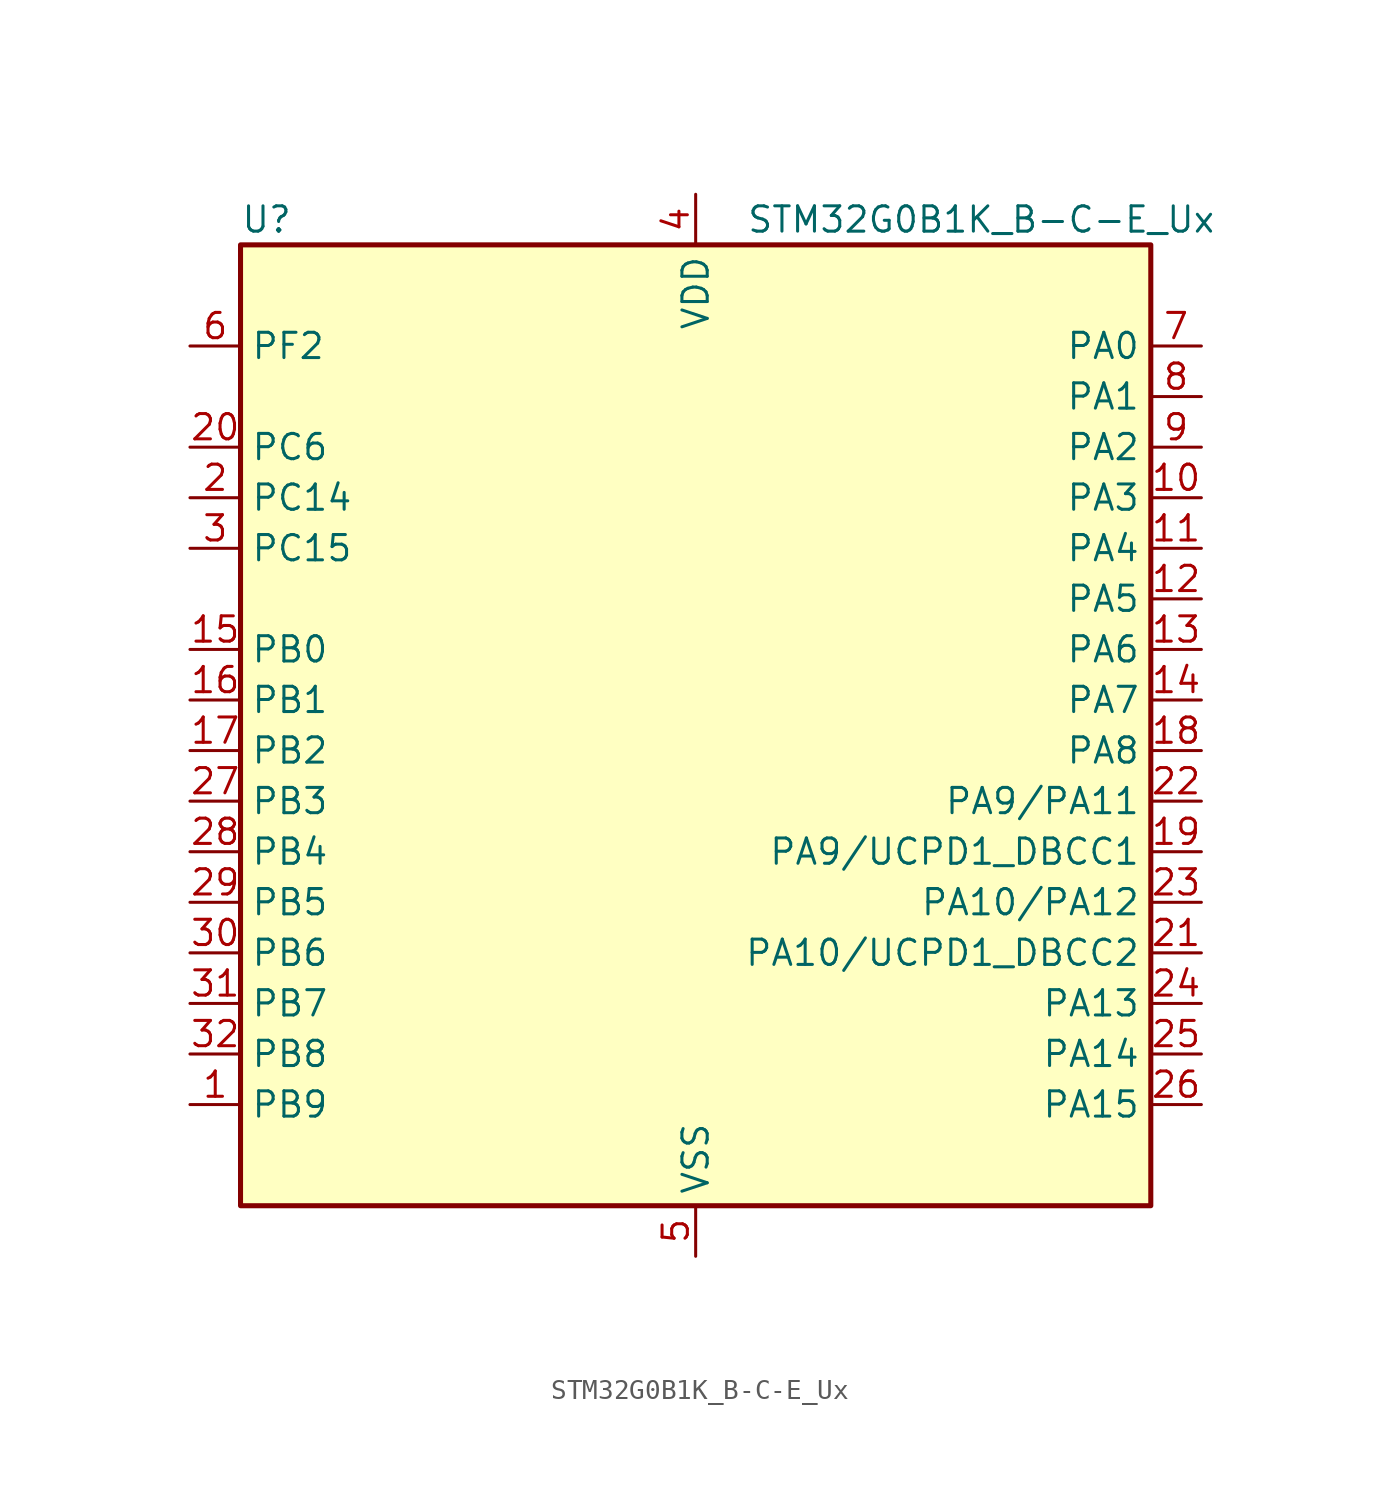
<source format=kicad_sym>
(kicad_symbol_lib
  (version 20241209)
  (generator "kicad_symbol_editor")
  (generator_version "9.0")
  (symbol "STM32G0B1K_B-C-E_Ux"
    (property "Reference" "U"
      (at -22.86 26.67 0)
      (effects (font (size 1.27 1.27)) (justify left)))
    (property "Value" "STM32G0B1K_B-C-E_Ux"
      (at 2.54 26.67 0)
      (effects (font (size 1.27 1.27)) (justify left)))
    (symbol "STM32G0B1K_B-C-E_Ux_0_1"
      (rectangle (start -22.86 -22.86) (end 22.86 25.4) (stroke (width 0.254) (type default)) (fill (type background))))
    (symbol "STM32G0B1K_B-C-E_Ux_1_1"
      (pin bidirectional line (at -25.4 20.32 0) (length 2.54) (name "PF2" (effects (font (size 1.27 1.27)))) (number "6" (effects (font (size 1.27 1.27)))) (alternate "LPUART2_DE" bidirectional line) (alternate "LPUART2_RTS" bidirectional line) (alternate "LPUART2_TX" bidirectional line) (alternate "RCC_MCO" bidirectional line))
      (pin bidirectional line (at -25.4 15.24 0) (length 2.54) (name "PC6" (effects (font (size 1.27 1.27)))) (number "20" (effects (font (size 1.27 1.27)))) (alternate "LPUART2_TX" bidirectional line) (alternate "TIM2_CH3" bidirectional line) (alternate "TIM3_CH1" bidirectional line) (alternate "UCPD1_FRSTX1" bidirectional line) (alternate "UCPD1_FRSTX2" bidirectional line))
      (pin bidirectional line (at -25.4 12.7 0) (length 2.54) (name "PC14" (effects (font (size 1.27 1.27)))) (number "2" (effects (font (size 1.27 1.27)))) (alternate "RCC_OSC32_IN" bidirectional line) (alternate "RCC_OSC_IN" bidirectional line) (alternate "TIM1_BK2" bidirectional line))
      (pin bidirectional line (at -25.4 10.16 0) (length 2.54) (name "PC15" (effects (font (size 1.27 1.27)))) (number "3" (effects (font (size 1.27 1.27)))) (alternate "RCC_OSC32_EN" bidirectional line) (alternate "RCC_OSC32_OUT" bidirectional line) (alternate "RCC_OSC_EN" bidirectional line) (alternate "TIM15_BK" bidirectional line))
      (pin bidirectional line (at -25.4 5.08 0) (length 2.54) (name "PB0" (effects (font (size 1.27 1.27)))) (number "15" (effects (font (size 1.27 1.27)))) (alternate "ADC1_IN8" bidirectional line) (alternate "COMP1_OUT" bidirectional line) (alternate "COMP3_INP" bidirectional line) (alternate "FDCAN2_RX" bidirectional line) (alternate "I2S1_WS" bidirectional line) (alternate "LPTIM1_OUT" bidirectional line) (alternate "LPUART2_CTS" bidirectional line) (alternate "SPI1_NSS" bidirectional line) (alternate "TIM1_CH2N" bidirectional line) (alternate "TIM3_CH3" bidirectional line) (alternate "UCPD1_FRSTX1" bidirectional line) (alternate "UCPD1_FRSTX2" bidirectional line) (alternate "USART3_RX" bidirectional line) (alternate "USART5_TX" bidirectional line))
      (pin bidirectional line (at -25.4 2.54 0) (length 2.54) (name "PB1" (effects (font (size 1.27 1.27)))) (number "16" (effects (font (size 1.27 1.27)))) (alternate "ADC1_IN9" bidirectional line) (alternate "COMP1_INM" bidirectional line) (alternate "COMP3_OUT" bidirectional line) (alternate "FDCAN2_TX" bidirectional line) (alternate "LPTIM2_IN1" bidirectional line) (alternate "LPUART1_DE" bidirectional line) (alternate "LPUART1_RTS" bidirectional line) (alternate "LPUART2_DE" bidirectional line) (alternate "LPUART2_RTS" bidirectional line) (alternate "TIM14_CH1" bidirectional line) (alternate "TIM1_CH3N" bidirectional line) (alternate "TIM3_CH4" bidirectional line) (alternate "USART3_CK" bidirectional line) (alternate "USART3_DE" bidirectional line) (alternate "USART3_RTS" bidirectional line) (alternate "USART5_RX" bidirectional line))
      (pin bidirectional line (at -25.4 0 0) (length 2.54) (name "PB2" (effects (font (size 1.27 1.27)))) (number "17" (effects (font (size 1.27 1.27)))) (alternate "ADC1_IN10" bidirectional line) (alternate "COMP1_INP" bidirectional line) (alternate "COMP3_INM" bidirectional line) (alternate "I2S2_MCK" bidirectional line) (alternate "LPTIM1_OUT" bidirectional line) (alternate "RCC_MCO_2" bidirectional line) (alternate "SPI2_MISO" bidirectional line) (alternate "USART3_TX" bidirectional line))
      (pin bidirectional line (at -25.4 -2.54 0) (length 2.54) (name "PB3" (effects (font (size 1.27 1.27)))) (number "27" (effects (font (size 1.27 1.27)))) (alternate "COMP2_INM" bidirectional line) (alternate "I2C2_SCL" bidirectional line) (alternate "I2C3_SCL" bidirectional line) (alternate "I2S1_CK" bidirectional line) (alternate "SPI1_SCK" bidirectional line) (alternate "SPI3_SCK" bidirectional line) (alternate "TIM1_CH2" bidirectional line) (alternate "TIM2_CH2" bidirectional line) (alternate "USART1_CK" bidirectional line) (alternate "USART1_DE" bidirectional line) (alternate "USART1_RTS" bidirectional line) (alternate "USART5_TX" bidirectional line))
      (pin bidirectional line (at -25.4 -5.08 0) (length 2.54) (name "PB4" (effects (font (size 1.27 1.27)))) (number "28" (effects (font (size 1.27 1.27)))) (alternate "COMP2_INP" bidirectional line) (alternate "I2C2_SDA" bidirectional line) (alternate "I2C3_SDA" bidirectional line) (alternate "I2S1_MCK" bidirectional line) (alternate "SPI1_MISO" bidirectional line) (alternate "SPI3_MISO" bidirectional line) (alternate "TIM17_BK" bidirectional line) (alternate "TIM3_CH1" bidirectional line) (alternate "USART1_CTS" bidirectional line) (alternate "USART1_NSS" bidirectional line) (alternate "USART5_RX" bidirectional line))
      (pin bidirectional line (at -25.4 -7.62 0) (length 2.54) (name "PB5" (effects (font (size 1.27 1.27)))) (number "29" (effects (font (size 1.27 1.27)))) (alternate "COMP2_OUT" bidirectional line) (alternate "FDCAN2_RX" bidirectional line) (alternate "I2C1_SMBA" bidirectional line) (alternate "I2S1_SD" bidirectional line) (alternate "LPTIM1_IN1" bidirectional line) (alternate "SPI1_MOSI" bidirectional line) (alternate "SPI3_MOSI" bidirectional line) (alternate "SYS_WKUP6" bidirectional line) (alternate "TIM16_BK" bidirectional line) (alternate "TIM3_CH2" bidirectional line) (alternate "USART5_CK" bidirectional line) (alternate "USART5_DE" bidirectional line) (alternate "USART5_RTS" bidirectional line))
      (pin bidirectional line (at -25.4 -10.16 0) (length 2.54) (name "PB6" (effects (font (size 1.27 1.27)))) (number "30" (effects (font (size 1.27 1.27)))) (alternate "COMP2_INP" bidirectional line) (alternate "FDCAN2_TX" bidirectional line) (alternate "I2C1_SCL" bidirectional line) (alternate "I2S2_MCK" bidirectional line) (alternate "LPTIM1_ETR" bidirectional line) (alternate "LPUART2_TX" bidirectional line) (alternate "SPI2_MISO" bidirectional line) (alternate "TIM16_CH1N" bidirectional line) (alternate "TIM1_CH3" bidirectional line) (alternate "TIM4_CH1" bidirectional line) (alternate "USART1_TX" bidirectional line) (alternate "USART5_CTS" bidirectional line) (alternate "USART5_NSS" bidirectional line))
      (pin bidirectional line (at -25.4 -12.7 0) (length 2.54) (name "PB7" (effects (font (size 1.27 1.27)))) (number "31" (effects (font (size 1.27 1.27)))) (alternate "COMP2_INM" bidirectional line) (alternate "I2C1_SDA" bidirectional line) (alternate "I2S2_SD" bidirectional line) (alternate "LPTIM1_IN2" bidirectional line) (alternate "LPUART2_RX" bidirectional line) (alternate "SPI2_MOSI" bidirectional line) (alternate "SYS_PVD_IN" bidirectional line) (alternate "TIM17_CH1N" bidirectional line) (alternate "TIM4_CH2" bidirectional line) (alternate "USART1_RX" bidirectional line) (alternate "USART4_CTS" bidirectional line) (alternate "USART4_NSS" bidirectional line))
      (pin bidirectional line (at -25.4 -15.24 0) (length 2.54) (name "PB8" (effects (font (size 1.27 1.27)))) (number "32" (effects (font (size 1.27 1.27)))) (alternate "CEC" bidirectional line) (alternate "FDCAN1_RX" bidirectional line) (alternate "I2C1_SCL" bidirectional line) (alternate "I2S2_CK" bidirectional line) (alternate "SPI2_SCK" bidirectional line) (alternate "TIM15_BK" bidirectional line) (alternate "TIM16_CH1" bidirectional line) (alternate "TIM4_CH3" bidirectional line) (alternate "USART3_TX" bidirectional line) (alternate "USART6_TX" bidirectional line))
      (pin bidirectional line (at -25.4 -17.78 0) (length 2.54) (name "PB9" (effects (font (size 1.27 1.27)))) (number "1" (effects (font (size 1.27 1.27)))) (alternate "DAC1_EXTI9" bidirectional line) (alternate "FDCAN1_TX" bidirectional line) (alternate "I2C1_SDA" bidirectional line) (alternate "I2S2_WS" bidirectional line) (alternate "IR_OUT" bidirectional line) (alternate "SPI2_NSS" bidirectional line) (alternate "TIM17_CH1" bidirectional line) (alternate "TIM4_CH4" bidirectional line) (alternate "USART3_RX" bidirectional line) (alternate "USART6_RX" bidirectional line))
      (pin power_in line (at 0 27.94 270) (length 2.54) (name "VDD" (effects (font (size 1.27 1.27)))) (number "4" (effects (font (size 1.27 1.27)))))
      (pin passive line (at 0 -25.4 90) (length 2.54) (hide yes) (name "VSS" (effects (font (size 1.27 1.27)))) (number "33" (effects (font (size 1.27 1.27)))))
      (pin power_in line (at 0 -25.4 90) (length 2.54) (name "VSS" (effects (font (size 1.27 1.27)))) (number "5" (effects (font (size 1.27 1.27)))))
      (pin bidirectional line (at 25.4 20.32 180) (length 2.54) (name "PA0" (effects (font (size 1.27 1.27)))) (number "7" (effects (font (size 1.27 1.27)))) (alternate "ADC1_IN0" bidirectional line) (alternate "COMP1_INM" bidirectional line) (alternate "COMP1_OUT" bidirectional line) (alternate "I2S2_CK" bidirectional line) (alternate "LPTIM1_OUT" bidirectional line) (alternate "RTC_TAMP_IN2" bidirectional line) (alternate "SPI2_SCK" bidirectional line) (alternate "SYS_WKUP1" bidirectional line) (alternate "TIM2_CH1" bidirectional line) (alternate "TIM2_ETR" bidirectional line) (alternate "USART2_CTS" bidirectional line) (alternate "USART2_NSS" bidirectional line) (alternate "USART4_TX" bidirectional line))
      (pin bidirectional line (at 25.4 17.78 180) (length 2.54) (name "PA1" (effects (font (size 1.27 1.27)))) (number "8" (effects (font (size 1.27 1.27)))) (alternate "ADC1_IN1" bidirectional line) (alternate "COMP1_INP" bidirectional line) (alternate "I2C1_SMBA" bidirectional line) (alternate "I2S1_CK" bidirectional line) (alternate "SPI1_SCK" bidirectional line) (alternate "TIM15_CH1N" bidirectional line) (alternate "TIM2_CH2" bidirectional line) (alternate "USART2_CK" bidirectional line) (alternate "USART2_DE" bidirectional line) (alternate "USART2_RTS" bidirectional line) (alternate "USART4_RX" bidirectional line))
      (pin bidirectional line (at 25.4 15.24 180) (length 2.54) (name "PA2" (effects (font (size 1.27 1.27)))) (number "9" (effects (font (size 1.27 1.27)))) (alternate "ADC1_IN2" bidirectional line) (alternate "COMP2_INM" bidirectional line) (alternate "COMP2_OUT" bidirectional line) (alternate "I2S1_SD" bidirectional line) (alternate "LPUART1_TX" bidirectional line) (alternate "RCC_LSCO" bidirectional line) (alternate "SPI1_MOSI" bidirectional line) (alternate "SYS_WKUP4" bidirectional line) (alternate "TIM15_CH1" bidirectional line) (alternate "TIM2_CH3" bidirectional line) (alternate "UCPD1_FRSTX1" bidirectional line) (alternate "UCPD1_FRSTX2" bidirectional line) (alternate "USART2_TX" bidirectional line))
      (pin bidirectional line (at 25.4 12.7 180) (length 2.54) (name "PA3" (effects (font (size 1.27 1.27)))) (number "10" (effects (font (size 1.27 1.27)))) (alternate "ADC1_IN3" bidirectional line) (alternate "COMP2_INP" bidirectional line) (alternate "I2S2_MCK" bidirectional line) (alternate "LPUART1_RX" bidirectional line) (alternate "SPI2_MISO" bidirectional line) (alternate "TIM15_CH2" bidirectional line) (alternate "TIM2_CH4" bidirectional line) (alternate "USART2_RX" bidirectional line))
      (pin bidirectional line (at 25.4 10.16 180) (length 2.54) (name "PA4" (effects (font (size 1.27 1.27)))) (number "11" (effects (font (size 1.27 1.27)))) (alternate "ADC1_IN4" bidirectional line) (alternate "DAC1_OUT1" bidirectional line) (alternate "I2S1_WS" bidirectional line) (alternate "I2S2_SD" bidirectional line) (alternate "LPTIM2_OUT" bidirectional line) (alternate "RTC_OUT1" bidirectional line) (alternate "RTC_TAMP_IN1" bidirectional line) (alternate "RTC_TS" bidirectional line) (alternate "SPI1_NSS" bidirectional line) (alternate "SPI2_MOSI" bidirectional line) (alternate "SPI3_NSS" bidirectional line) (alternate "SYS_WKUP2" bidirectional line) (alternate "TIM14_CH1" bidirectional line) (alternate "USART6_TX" bidirectional line) (alternate "USB_NOE" bidirectional line))
      (pin bidirectional line (at 25.4 7.62 180) (length 2.54) (name "PA5" (effects (font (size 1.27 1.27)))) (number "12" (effects (font (size 1.27 1.27)))) (alternate "ADC1_IN5" bidirectional line) (alternate "CEC" bidirectional line) (alternate "DAC1_OUT2" bidirectional line) (alternate "I2S1_CK" bidirectional line) (alternate "LPTIM2_ETR" bidirectional line) (alternate "SPI1_SCK" bidirectional line) (alternate "TIM2_CH1" bidirectional line) (alternate "TIM2_ETR" bidirectional line) (alternate "UCPD1_FRSTX1" bidirectional line) (alternate "UCPD1_FRSTX2" bidirectional line) (alternate "USART3_TX" bidirectional line) (alternate "USART6_RX" bidirectional line))
      (pin bidirectional line (at 25.4 5.08 180) (length 2.54) (name "PA6" (effects (font (size 1.27 1.27)))) (number "13" (effects (font (size 1.27 1.27)))) (alternate "ADC1_IN6" bidirectional line) (alternate "COMP1_OUT" bidirectional line) (alternate "I2C2_SDA" bidirectional line) (alternate "I2C3_SDA" bidirectional line) (alternate "I2S1_MCK" bidirectional line) (alternate "LPUART1_CTS" bidirectional line) (alternate "SPI1_MISO" bidirectional line) (alternate "TIM16_CH1" bidirectional line) (alternate "TIM1_BK" bidirectional line) (alternate "TIM3_CH1" bidirectional line) (alternate "USART3_CTS" bidirectional line) (alternate "USART3_NSS" bidirectional line) (alternate "USART6_CTS" bidirectional line) (alternate "USART6_NSS" bidirectional line))
      (pin bidirectional line (at 25.4 2.54 180) (length 2.54) (name "PA7" (effects (font (size 1.27 1.27)))) (number "14" (effects (font (size 1.27 1.27)))) (alternate "ADC1_IN7" bidirectional line) (alternate "COMP2_OUT" bidirectional line) (alternate "I2C2_SCL" bidirectional line) (alternate "I2C3_SCL" bidirectional line) (alternate "I2S1_SD" bidirectional line) (alternate "SPI1_MOSI" bidirectional line) (alternate "TIM14_CH1" bidirectional line) (alternate "TIM17_CH1" bidirectional line) (alternate "TIM1_CH1N" bidirectional line) (alternate "TIM3_CH2" bidirectional line) (alternate "UCPD1_FRSTX1" bidirectional line) (alternate "UCPD1_FRSTX2" bidirectional line) (alternate "USART6_CK" bidirectional line) (alternate "USART6_DE" bidirectional line) (alternate "USART6_RTS" bidirectional line))
      (pin bidirectional line (at 25.4 0 180) (length 2.54) (name "PA8" (effects (font (size 1.27 1.27)))) (number "18" (effects (font (size 1.27 1.27)))) (alternate "CRS1_SYNC" bidirectional line) (alternate "I2C2_SMBA" bidirectional line) (alternate "I2S2_WS" bidirectional line) (alternate "LPTIM2_OUT" bidirectional line) (alternate "RCC_MCO" bidirectional line) (alternate "SPI2_NSS" bidirectional line) (alternate "TIM1_CH1" bidirectional line) (alternate "UCPD1_CC1" bidirectional line))
      (pin bidirectional line (at 25.4 -2.54 180) (length 2.54) (name "PA9/PA11" (effects (font (size 1.27 1.27)))) (number "22" (effects (font (size 1.27 1.27)))) (alternate "ADC1_EXTI11 (PA11)" bidirectional line) (alternate "COMP1_OUT (PA11)" bidirectional line) (alternate "DAC1_EXTI9 (PA9)" bidirectional line) (alternate "FDCAN1_RX (PA11)" bidirectional line) (alternate "I2C1_SCL (PA9)" bidirectional line) (alternate "I2C2_SCL (PA11)" bidirectional line) (alternate "I2C2_SCL (PA9)" bidirectional line) (alternate "I2S1_MCK (PA11)" bidirectional line) (alternate "I2S2_MCK (PA9)" bidirectional line) (alternate "PA11" bidirectional line) (alternate "PA9" bidirectional line) (alternate "RCC_MCO (PA9)" bidirectional line) (alternate "SPI1_MISO (PA11)" bidirectional line) (alternate "SPI2_MISO (PA9)" bidirectional line) (alternate "TIM15_BK (PA9)" bidirectional line) (alternate "TIM1_BK2 (PA11)" bidirectional line) (alternate "TIM1_CH2 (PA9)" bidirectional line) (alternate "TIM1_CH4 (PA11)" bidirectional line) (alternate "UCPD1_DBCC1 (PA9)" bidirectional line) (alternate "USART1_CTS (PA11)" bidirectional line) (alternate "USART1_NSS (PA11)" bidirectional line) (alternate "USART1_TX (PA9)" bidirectional line) (alternate "USB_DM (PA11)" bidirectional line))
      (pin bidirectional line (at 25.4 -5.08 180) (length 2.54) (name "PA9/UCPD1_DBCC1" (effects (font (size 1.27 1.27)))) (number "19" (effects (font (size 1.27 1.27)))) (alternate "DAC1_EXTI9 (PA9)" bidirectional line) (alternate "I2C1_SCL (PA9)" bidirectional line) (alternate "I2C2_SCL (PA9)" bidirectional line) (alternate "I2S2_MCK (PA9)" bidirectional line) (alternate "PA9" bidirectional line) (alternate "RCC_MCO (PA9)" bidirectional line) (alternate "SPI2_MISO (PA9)" bidirectional line) (alternate "TIM15_BK (PA9)" bidirectional line) (alternate "TIM1_CH2 (PA9)" bidirectional line) (alternate "UCPD1_DBCC1" bidirectional line) (alternate "UCPD1_DBCC1 (PA9)" bidirectional line) (alternate "UCPD1_DBCC1 (UCPD1_DBCC1)" bidirectional line) (alternate "USART1_TX (PA9)" bidirectional line))
      (pin bidirectional line (at 25.4 -7.62 180) (length 2.54) (name "PA10/PA12" (effects (font (size 1.27 1.27)))) (number "23" (effects (font (size 1.27 1.27)))) (alternate "COMP2_OUT (PA12)" bidirectional line) (alternate "FDCAN1_TX (PA12)" bidirectional line) (alternate "I2C1_SDA (PA10)" bidirectional line) (alternate "I2C2_SDA (PA10)" bidirectional line) (alternate "I2C2_SDA (PA12)" bidirectional line) (alternate "I2S1_SD (PA12)" bidirectional line) (alternate "I2S2_SD (PA10)" bidirectional line) (alternate "I2S_CKIN (PA12)" bidirectional line) (alternate "PA10" bidirectional line) (alternate "PA12" bidirectional line) (alternate "RCC_MCO_2 (PA10)" bidirectional line) (alternate "SPI1_MOSI (PA12)" bidirectional line) (alternate "SPI2_MOSI (PA10)" bidirectional line) (alternate "TIM17_BK (PA10)" bidirectional line) (alternate "TIM1_CH3 (PA10)" bidirectional line) (alternate "TIM1_ETR (PA12)" bidirectional line) (alternate "UCPD1_DBCC2 (PA10)" bidirectional line) (alternate "USART1_CK (PA12)" bidirectional line) (alternate "USART1_DE (PA12)" bidirectional line) (alternate "USART1_RTS (PA12)" bidirectional line) (alternate "USART1_RX (PA10)" bidirectional line) (alternate "USB_DP (PA12)" bidirectional line))
      (pin bidirectional line (at 25.4 -10.16 180) (length 2.54) (name "PA10/UCPD1_DBCC2" (effects (font (size 1.27 1.27)))) (number "21" (effects (font (size 1.27 1.27)))) (alternate "I2C1_SDA (PA10)" bidirectional line) (alternate "I2C2_SDA (PA10)" bidirectional line) (alternate "I2S2_SD (PA10)" bidirectional line) (alternate "PA10" bidirectional line) (alternate "RCC_MCO_2 (PA10)" bidirectional line) (alternate "SPI2_MOSI (PA10)" bidirectional line) (alternate "TIM17_BK (PA10)" bidirectional line) (alternate "TIM1_CH3 (PA10)" bidirectional line) (alternate "UCPD1_DBCC2" bidirectional line) (alternate "UCPD1_DBCC2 (PA10)" bidirectional line) (alternate "UCPD1_DBCC2 (UCPD1_DBCC2)" bidirectional line) (alternate "USART1_RX (PA10)" bidirectional line))
      (pin bidirectional line (at 25.4 -12.7 180) (length 2.54) (name "PA13" (effects (font (size 1.27 1.27)))) (number "24" (effects (font (size 1.27 1.27)))) (alternate "IR_OUT" bidirectional line) (alternate "LPUART2_RX" bidirectional line) (alternate "SYS_SWDIO" bidirectional line) (alternate "USB_NOE" bidirectional line))
      (pin bidirectional line (at 25.4 -15.24 180) (length 2.54) (name "PA14" (effects (font (size 1.27 1.27)))) (number "25" (effects (font (size 1.27 1.27)))) (alternate "LPUART2_TX" bidirectional line) (alternate "SYS_SWCLK" bidirectional line) (alternate "USART2_TX" bidirectional line))
      (pin bidirectional line (at 25.4 -17.78 180) (length 2.54) (name "PA15" (effects (font (size 1.27 1.27)))) (number "26" (effects (font (size 1.27 1.27)))) (alternate "I2C2_SMBA" bidirectional line) (alternate "I2S1_WS" bidirectional line) (alternate "RCC_MCO_2" bidirectional line) (alternate "SPI1_NSS" bidirectional line) (alternate "SPI3_NSS" bidirectional line) (alternate "TIM2_CH1" bidirectional line) (alternate "TIM2_ETR" bidirectional line) (alternate "USART2_RX" bidirectional line) (alternate "USART3_CK" bidirectional line) (alternate "USART3_DE" bidirectional line) (alternate "USART3_RTS" bidirectional line) (alternate "USART4_CK" bidirectional line) (alternate "USART4_DE" bidirectional line) (alternate "USART4_RTS" bidirectional line) (alternate "USB_NOE" bidirectional line)))))
</source>
